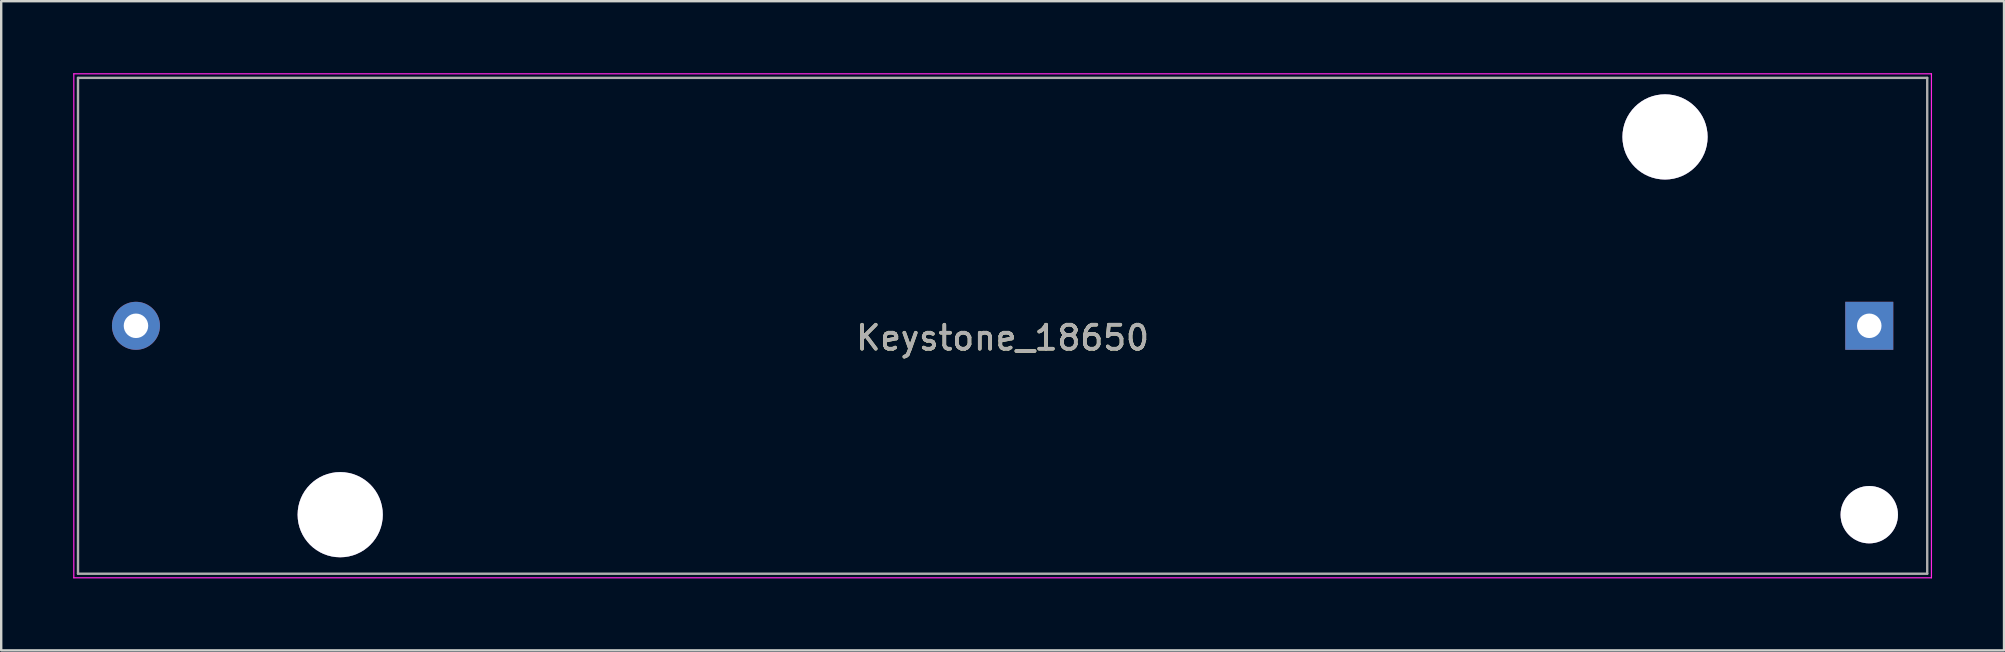
<source format=kicad_pcb>
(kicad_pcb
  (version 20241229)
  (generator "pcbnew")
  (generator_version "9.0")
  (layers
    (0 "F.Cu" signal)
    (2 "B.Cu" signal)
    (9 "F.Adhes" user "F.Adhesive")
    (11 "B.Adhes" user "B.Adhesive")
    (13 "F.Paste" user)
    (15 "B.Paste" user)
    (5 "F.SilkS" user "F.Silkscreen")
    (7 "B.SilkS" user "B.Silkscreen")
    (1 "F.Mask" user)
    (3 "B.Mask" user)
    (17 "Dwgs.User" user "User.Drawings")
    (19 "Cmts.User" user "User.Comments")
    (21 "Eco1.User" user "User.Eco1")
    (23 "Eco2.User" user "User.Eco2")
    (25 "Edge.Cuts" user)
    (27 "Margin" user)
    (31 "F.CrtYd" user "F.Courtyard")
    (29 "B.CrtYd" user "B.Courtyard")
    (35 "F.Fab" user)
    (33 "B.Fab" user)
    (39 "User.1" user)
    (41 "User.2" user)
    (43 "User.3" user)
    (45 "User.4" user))
  (footprint "Keystone_18650"
    (layer "F.Cu")
    (at 38.725 10.525)
    (property "Reference" "Keystone_18650" (at 0 0.5 0) (layer "F.SilkS") (effects (font (size 1 1) (thickness 0.15))))
    (attr through_hole)
    (fp_line (start -38.7 -10.5) (end -38.7 10.5) (stroke (width 0.05) (type solid)) (layer "F.CrtYd"))
    (fp_line (start 38.7 -10.5) (end -38.7 -10.5) (stroke (width 0.05) (type solid)) (layer "F.CrtYd"))
    (fp_line (start 38.7 10.5) (end -38.7 10.5) (stroke (width 0.05) (type solid)) (layer "F.CrtYd"))
    (fp_line (start 38.7 10.5) (end 38.7 -10.5) (stroke (width 0.05) (type solid)) (layer "F.CrtYd"))
    (fp_line (start -38.525 -10.33) (end 38.525 -10.33) (stroke (width 0.1) (type solid)) (layer "F.Fab"))
    (fp_line (start -38.525 10.33) (end -38.525 -10.33) (stroke (width 0.1) (type solid)) (layer "F.Fab"))
    (fp_line (start 38.525 -10.33) (end 38.525 10.33) (stroke (width 0.1) (type solid)) (layer "F.Fab"))
    (fp_line (start 38.525 10.33) (end -38.525 10.33) (stroke (width 0.1) (type solid)) (layer "F.Fab"))
    (fp_text user "${REFERENCE}" (at 0 0.5 0) (layer "F.Fab") (effects (font (size 1 1) (thickness 0.15))))
    (pad "" thru_hole circle (at -27.6 7.87) (size 3.55 3.55) (drill 3.55) (layers "*.Cu" "*.Mask"))
    (pad "" thru_hole circle (at 27.6 -7.87) (size 3.55 3.55) (drill 3.55) (layers "*.Cu" "*.Mask"))
    (pad "" thru_hole circle (at 36.11 7.87) (size 2.39 2.39) (drill 2.39) (layers "*.Cu" "*.Mask"))
    (pad "1" thru_hole rect (at 36.11 0) (size 2 2) (drill 1.02) (layers "*.Cu" "*.Mask"))
    (pad "2" thru_hole circle (at -36.11 0) (size 2 2) (drill 1.02) (layers "*.Cu" "*.Mask")))
  (gr_rect
    (start -3 -3)
    (end 80.45 24.05)
    (stroke (width 0.1) (type default))
    (fill no)
    (layer "Edge.Cuts")))
</source>
